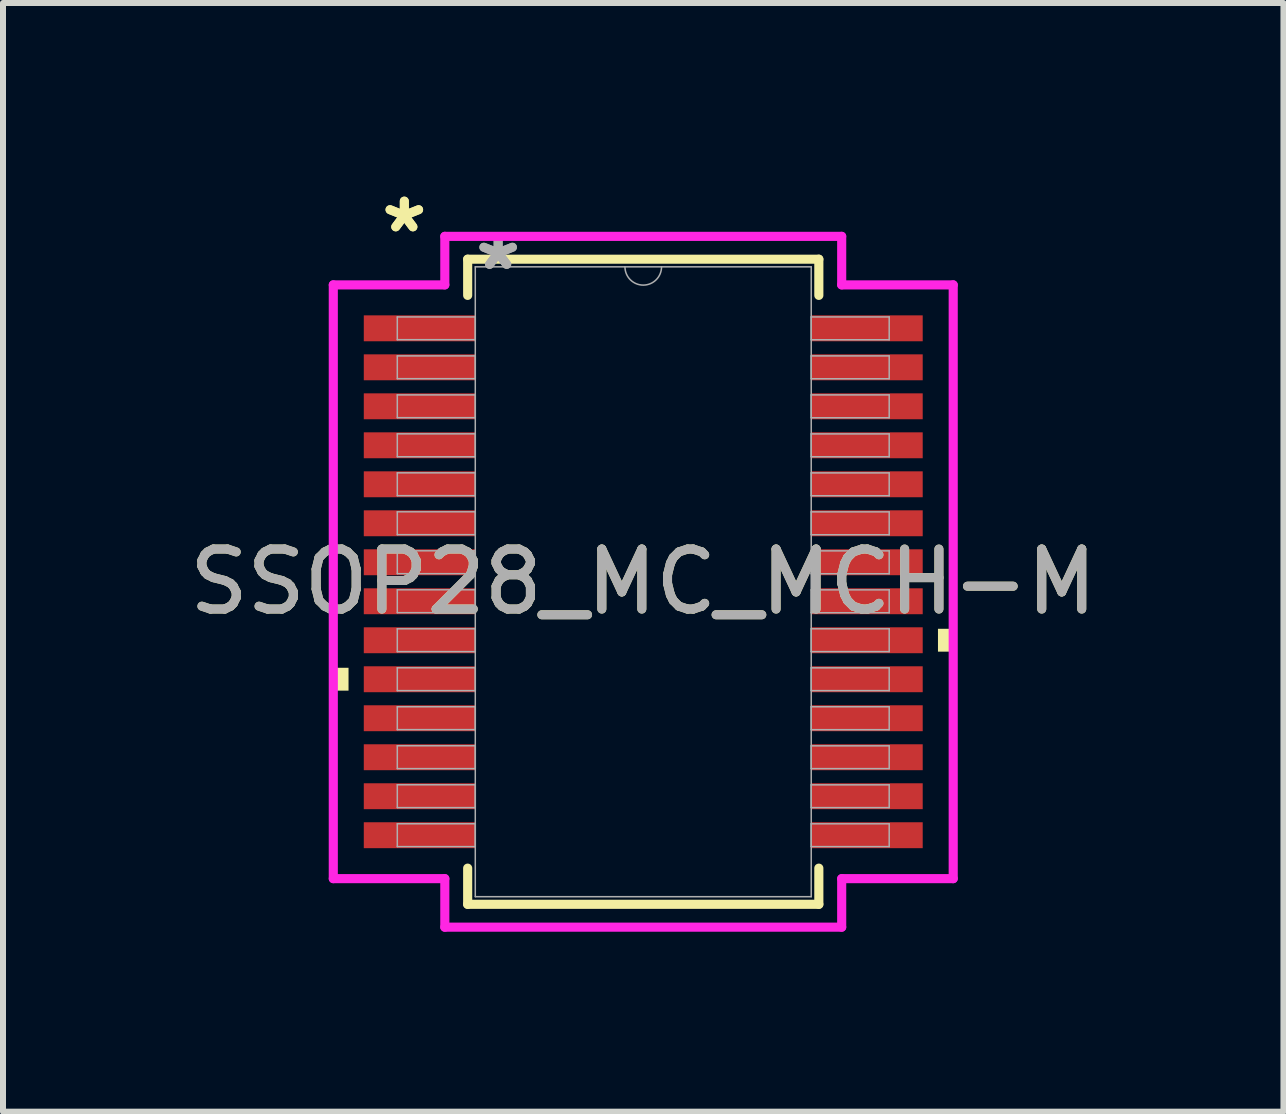
<source format=kicad_pcb>
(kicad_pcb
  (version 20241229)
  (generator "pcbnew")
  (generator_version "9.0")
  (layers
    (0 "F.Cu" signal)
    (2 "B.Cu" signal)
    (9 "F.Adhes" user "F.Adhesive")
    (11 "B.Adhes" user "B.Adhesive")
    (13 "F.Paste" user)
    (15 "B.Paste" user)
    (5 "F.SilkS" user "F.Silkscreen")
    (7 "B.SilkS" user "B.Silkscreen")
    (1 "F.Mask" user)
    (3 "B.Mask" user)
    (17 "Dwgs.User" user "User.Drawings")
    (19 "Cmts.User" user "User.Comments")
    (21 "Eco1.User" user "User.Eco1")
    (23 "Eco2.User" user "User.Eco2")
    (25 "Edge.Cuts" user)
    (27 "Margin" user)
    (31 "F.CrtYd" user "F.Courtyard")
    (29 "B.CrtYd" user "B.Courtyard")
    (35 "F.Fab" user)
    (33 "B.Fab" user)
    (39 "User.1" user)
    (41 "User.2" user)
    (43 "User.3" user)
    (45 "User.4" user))
  (footprint "SSOP28_MC_MCH-M"
    (layer "F.Cu")
    (at 7.673 6.648)
    (property "Reference" "SSOP28_MC_MCH-M" (at 0 0 0) (unlocked yes) (layer "F.SilkS") (effects (font (size 1 1) (thickness 0.15))))
    (attr smd)
    (fp_line (start -2.927 -5.377) (end -2.927 -4.774) (stroke (width 0.152) (type solid)) (layer "F.SilkS"))
    (fp_line (start -2.927 4.774) (end -2.927 5.377) (stroke (width 0.152) (type solid)) (layer "F.SilkS"))
    (fp_line (start -2.927 5.377) (end 2.927 5.377) (stroke (width 0.152) (type solid)) (layer "F.SilkS"))
    (fp_line (start 2.927 -5.377) (end -2.927 -5.377) (stroke (width 0.152) (type solid)) (layer "F.SilkS"))
    (fp_line (start 2.927 -4.774) (end 2.927 -5.377) (stroke (width 0.152) (type solid)) (layer "F.SilkS"))
    (fp_line (start 2.927 5.377) (end 2.927 4.774) (stroke (width 0.152) (type solid)) (layer "F.SilkS"))
    (fp_poly (pts (xy -5.167 1.434) (xy -5.167 1.815) (xy -4.913 1.815) (xy -4.913 1.434)) (stroke (width 0) (type solid)) (fill yes) (layer "F.SilkS"))
    (fp_poly (pts (xy 5.167 0.784) (xy 5.167 1.165) (xy 4.913 1.165) (xy 4.913 0.784)) (stroke (width 0) (type solid)) (fill yes) (layer "F.SilkS"))
    (fp_line (start -5.167 -4.949) (end -3.308 -4.949) (stroke (width 0.152) (type solid)) (layer "F.CrtYd"))
    (fp_line (start -5.167 4.949) (end -5.167 -4.949) (stroke (width 0.152) (type solid)) (layer "F.CrtYd"))
    (fp_line (start -5.167 4.949) (end -3.308 4.949) (stroke (width 0.152) (type solid)) (layer "F.CrtYd"))
    (fp_line (start -3.308 -5.758) (end 3.308 -5.758) (stroke (width 0.152) (type solid)) (layer "F.CrtYd"))
    (fp_line (start -3.308 -4.949) (end -3.308 -5.758) (stroke (width 0.152) (type solid)) (layer "F.CrtYd"))
    (fp_line (start -3.308 5.758) (end -3.308 4.949) (stroke (width 0.152) (type solid)) (layer "F.CrtYd"))
    (fp_line (start 3.308 -5.758) (end 3.308 -4.949) (stroke (width 0.152) (type solid)) (layer "F.CrtYd"))
    (fp_line (start 3.308 4.949) (end 3.308 5.758) (stroke (width 0.152) (type solid)) (layer "F.CrtYd"))
    (fp_line (start 3.308 5.758) (end -3.308 5.758) (stroke (width 0.152) (type solid)) (layer "F.CrtYd"))
    (fp_line (start 5.167 -4.949) (end 3.308 -4.949) (stroke (width 0.152) (type solid)) (layer "F.CrtYd"))
    (fp_line (start 5.167 -4.949) (end 5.167 4.949) (stroke (width 0.152) (type solid)) (layer "F.CrtYd"))
    (fp_line (start 5.167 4.949) (end 3.308 4.949) (stroke (width 0.152) (type solid)) (layer "F.CrtYd"))
    (fp_line (start -4.1 -4.415) (end -4.1 -4.035) (stroke (width 0.025) (type solid)) (layer "F.Fab"))
    (fp_line (start -4.1 -4.035) (end -2.8 -4.035) (stroke (width 0.025) (type solid)) (layer "F.Fab"))
    (fp_line (start -4.1 -3.765) (end -4.1 -3.385) (stroke (width 0.025) (type solid)) (layer "F.Fab"))
    (fp_line (start -4.1 -3.385) (end -2.8 -3.385) (stroke (width 0.025) (type solid)) (layer "F.Fab"))
    (fp_line (start -4.1 -3.115) (end -4.1 -2.735) (stroke (width 0.025) (type solid)) (layer "F.Fab"))
    (fp_line (start -4.1 -2.735) (end -2.8 -2.735) (stroke (width 0.025) (type solid)) (layer "F.Fab"))
    (fp_line (start -4.1 -2.466) (end -4.1 -2.084) (stroke (width 0.025) (type solid)) (layer "F.Fab"))
    (fp_line (start -4.1 -2.084) (end -2.8 -2.084) (stroke (width 0.025) (type solid)) (layer "F.Fab"))
    (fp_line (start -4.1 -1.816) (end -4.1 -1.435) (stroke (width 0.025) (type solid)) (layer "F.Fab"))
    (fp_line (start -4.1 -1.435) (end -2.8 -1.435) (stroke (width 0.025) (type solid)) (layer "F.Fab"))
    (fp_line (start -4.1 -1.166) (end -4.1 -0.785) (stroke (width 0.025) (type solid)) (layer "F.Fab"))
    (fp_line (start -4.1 -0.785) (end -2.8 -0.785) (stroke (width 0.025) (type solid)) (layer "F.Fab"))
    (fp_line (start -4.1 -0.516) (end -4.1 -0.135) (stroke (width 0.025) (type solid)) (layer "F.Fab"))
    (fp_line (start -4.1 -0.135) (end -2.8 -0.135) (stroke (width 0.025) (type solid)) (layer "F.Fab"))
    (fp_line (start -4.1 0.134) (end -4.1 0.515) (stroke (width 0.025) (type solid)) (layer "F.Fab"))
    (fp_line (start -4.1 0.515) (end -2.8 0.515) (stroke (width 0.025) (type solid)) (layer "F.Fab"))
    (fp_line (start -4.1 0.784) (end -4.1 1.165) (stroke (width 0.025) (type solid)) (layer "F.Fab"))
    (fp_line (start -4.1 1.165) (end -2.8 1.165) (stroke (width 0.025) (type solid)) (layer "F.Fab"))
    (fp_line (start -4.1 1.434) (end -4.1 1.815) (stroke (width 0.025) (type solid)) (layer "F.Fab"))
    (fp_line (start -4.1 1.815) (end -2.8 1.815) (stroke (width 0.025) (type solid)) (layer "F.Fab"))
    (fp_line (start -4.1 2.084) (end -4.1 2.465) (stroke (width 0.025) (type solid)) (layer "F.Fab"))
    (fp_line (start -4.1 2.465) (end -2.8 2.465) (stroke (width 0.025) (type solid)) (layer "F.Fab"))
    (fp_line (start -4.1 2.734) (end -4.1 3.115) (stroke (width 0.025) (type solid)) (layer "F.Fab"))
    (fp_line (start -4.1 3.115) (end -2.8 3.115) (stroke (width 0.025) (type solid)) (layer "F.Fab"))
    (fp_line (start -4.1 3.384) (end -4.1 3.765) (stroke (width 0.025) (type solid)) (layer "F.Fab"))
    (fp_line (start -4.1 3.765) (end -2.8 3.765) (stroke (width 0.025) (type solid)) (layer "F.Fab"))
    (fp_line (start -4.1 4.034) (end -4.1 4.415) (stroke (width 0.025) (type solid)) (layer "F.Fab"))
    (fp_line (start -4.1 4.415) (end -2.8 4.415) (stroke (width 0.025) (type solid)) (layer "F.Fab"))
    (fp_line (start -2.8 -5.25) (end -2.8 5.25) (stroke (width 0.025) (type solid)) (layer "F.Fab"))
    (fp_line (start -2.8 -4.415) (end -4.1 -4.415) (stroke (width 0.025) (type solid)) (layer "F.Fab"))
    (fp_line (start -2.8 -4.035) (end -2.8 -4.415) (stroke (width 0.025) (type solid)) (layer "F.Fab"))
    (fp_line (start -2.8 -3.765) (end -4.1 -3.765) (stroke (width 0.025) (type solid)) (layer "F.Fab"))
    (fp_line (start -2.8 -3.385) (end -2.8 -3.765) (stroke (width 0.025) (type solid)) (layer "F.Fab"))
    (fp_line (start -2.8 -3.115) (end -4.1 -3.115) (stroke (width 0.025) (type solid)) (layer "F.Fab"))
    (fp_line (start -2.8 -2.735) (end -2.8 -3.115) (stroke (width 0.025) (type solid)) (layer "F.Fab"))
    (fp_line (start -2.8 -2.466) (end -4.1 -2.466) (stroke (width 0.025) (type solid)) (layer "F.Fab"))
    (fp_line (start -2.8 -2.084) (end -2.8 -2.466) (stroke (width 0.025) (type solid)) (layer "F.Fab"))
    (fp_line (start -2.8 -1.816) (end -4.1 -1.816) (stroke (width 0.025) (type solid)) (layer "F.Fab"))
    (fp_line (start -2.8 -1.435) (end -2.8 -1.816) (stroke (width 0.025) (type solid)) (layer "F.Fab"))
    (fp_line (start -2.8 -1.166) (end -4.1 -1.166) (stroke (width 0.025) (type solid)) (layer "F.Fab"))
    (fp_line (start -2.8 -0.785) (end -2.8 -1.166) (stroke (width 0.025) (type solid)) (layer "F.Fab"))
    (fp_line (start -2.8 -0.516) (end -4.1 -0.516) (stroke (width 0.025) (type solid)) (layer "F.Fab"))
    (fp_line (start -2.8 -0.135) (end -2.8 -0.516) (stroke (width 0.025) (type solid)) (layer "F.Fab"))
    (fp_line (start -2.8 0.134) (end -4.1 0.134) (stroke (width 0.025) (type solid)) (layer "F.Fab"))
    (fp_line (start -2.8 0.515) (end -2.8 0.134) (stroke (width 0.025) (type solid)) (layer "F.Fab"))
    (fp_line (start -2.8 0.784) (end -4.1 0.784) (stroke (width 0.025) (type solid)) (layer "F.Fab"))
    (fp_line (start -2.8 1.165) (end -2.8 0.784) (stroke (width 0.025) (type solid)) (layer "F.Fab"))
    (fp_line (start -2.8 1.434) (end -4.1 1.434) (stroke (width 0.025) (type solid)) (layer "F.Fab"))
    (fp_line (start -2.8 1.815) (end -2.8 1.434) (stroke (width 0.025) (type solid)) (layer "F.Fab"))
    (fp_line (start -2.8 2.084) (end -4.1 2.084) (stroke (width 0.025) (type solid)) (layer "F.Fab"))
    (fp_line (start -2.8 2.465) (end -2.8 2.084) (stroke (width 0.025) (type solid)) (layer "F.Fab"))
    (fp_line (start -2.8 2.734) (end -4.1 2.734) (stroke (width 0.025) (type solid)) (layer "F.Fab"))
    (fp_line (start -2.8 3.115) (end -2.8 2.734) (stroke (width 0.025) (type solid)) (layer "F.Fab"))
    (fp_line (start -2.8 3.384) (end -4.1 3.384) (stroke (width 0.025) (type solid)) (layer "F.Fab"))
    (fp_line (start -2.8 3.765) (end -2.8 3.384) (stroke (width 0.025) (type solid)) (layer "F.Fab"))
    (fp_line (start -2.8 4.034) (end -4.1 4.034) (stroke (width 0.025) (type solid)) (layer "F.Fab"))
    (fp_line (start -2.8 4.415) (end -2.8 4.034) (stroke (width 0.025) (type solid)) (layer "F.Fab"))
    (fp_line (start -2.8 5.25) (end 2.8 5.25) (stroke (width 0.025) (type solid)) (layer "F.Fab"))
    (fp_line (start 2.8 -5.25) (end -2.8 -5.25) (stroke (width 0.025) (type solid)) (layer "F.Fab"))
    (fp_line (start 2.8 -4.415) (end 2.8 -4.034) (stroke (width 0.025) (type solid)) (layer "F.Fab"))
    (fp_line (start 2.8 -4.034) (end 4.1 -4.034) (stroke (width 0.025) (type solid)) (layer "F.Fab"))
    (fp_line (start 2.8 -3.765) (end 2.8 -3.384) (stroke (width 0.025) (type solid)) (layer "F.Fab"))
    (fp_line (start 2.8 -3.384) (end 4.1 -3.384) (stroke (width 0.025) (type solid)) (layer "F.Fab"))
    (fp_line (start 2.8 -3.115) (end 2.8 -2.734) (stroke (width 0.025) (type solid)) (layer "F.Fab"))
    (fp_line (start 2.8 -2.734) (end 4.1 -2.734) (stroke (width 0.025) (type solid)) (layer "F.Fab"))
    (fp_line (start 2.8 -2.465) (end 2.8 -2.084) (stroke (width 0.025) (type solid)) (layer "F.Fab"))
    (fp_line (start 2.8 -2.084) (end 4.1 -2.084) (stroke (width 0.025) (type solid)) (layer "F.Fab"))
    (fp_line (start 2.8 -1.815) (end 2.8 -1.434) (stroke (width 0.025) (type solid)) (layer "F.Fab"))
    (fp_line (start 2.8 -1.434) (end 4.1 -1.434) (stroke (width 0.025) (type solid)) (layer "F.Fab"))
    (fp_line (start 2.8 -1.165) (end 2.8 -0.784) (stroke (width 0.025) (type solid)) (layer "F.Fab"))
    (fp_line (start 2.8 -0.784) (end 4.1 -0.784) (stroke (width 0.025) (type solid)) (layer "F.Fab"))
    (fp_line (start 2.8 -0.515) (end 2.8 -0.134) (stroke (width 0.025) (type solid)) (layer "F.Fab"))
    (fp_line (start 2.8 -0.134) (end 4.1 -0.134) (stroke (width 0.025) (type solid)) (layer "F.Fab"))
    (fp_line (start 2.8 0.135) (end 2.8 0.516) (stroke (width 0.025) (type solid)) (layer "F.Fab"))
    (fp_line (start 2.8 0.516) (end 4.1 0.516) (stroke (width 0.025) (type solid)) (layer "F.Fab"))
    (fp_line (start 2.8 0.784) (end 2.8 1.165) (stroke (width 0.025) (type solid)) (layer "F.Fab"))
    (fp_line (start 2.8 1.165) (end 4.1 1.165) (stroke (width 0.025) (type solid)) (layer "F.Fab"))
    (fp_line (start 2.8 1.435) (end 2.8 1.815) (stroke (width 0.025) (type solid)) (layer "F.Fab"))
    (fp_line (start 2.8 1.815) (end 4.1 1.815) (stroke (width 0.025) (type solid)) (layer "F.Fab"))
    (fp_line (start 2.8 2.084) (end 2.8 2.466) (stroke (width 0.025) (type solid)) (layer "F.Fab"))
    (fp_line (start 2.8 2.466) (end 4.1 2.466) (stroke (width 0.025) (type solid)) (layer "F.Fab"))
    (fp_line (start 2.8 2.735) (end 2.8 3.115) (stroke (width 0.025) (type solid)) (layer "F.Fab"))
    (fp_line (start 2.8 3.115) (end 4.1 3.115) (stroke (width 0.025) (type solid)) (layer "F.Fab"))
    (fp_line (start 2.8 3.385) (end 2.8 3.765) (stroke (width 0.025) (type solid)) (layer "F.Fab"))
    (fp_line (start 2.8 3.765) (end 4.1 3.765) (stroke (width 0.025) (type solid)) (layer "F.Fab"))
    (fp_line (start 2.8 4.035) (end 2.8 4.415) (stroke (width 0.025) (type solid)) (layer "F.Fab"))
    (fp_line (start 2.8 4.415) (end 4.1 4.415) (stroke (width 0.025) (type solid)) (layer "F.Fab"))
    (fp_line (start 2.8 5.25) (end 2.8 -5.25) (stroke (width 0.025) (type solid)) (layer "F.Fab"))
    (fp_line (start 4.1 -4.415) (end 2.8 -4.415) (stroke (width 0.025) (type solid)) (layer "F.Fab"))
    (fp_line (start 4.1 -4.034) (end 4.1 -4.415) (stroke (width 0.025) (type solid)) (layer "F.Fab"))
    (fp_line (start 4.1 -3.765) (end 2.8 -3.765) (stroke (width 0.025) (type solid)) (layer "F.Fab"))
    (fp_line (start 4.1 -3.384) (end 4.1 -3.765) (stroke (width 0.025) (type solid)) (layer "F.Fab"))
    (fp_line (start 4.1 -3.115) (end 2.8 -3.115) (stroke (width 0.025) (type solid)) (layer "F.Fab"))
    (fp_line (start 4.1 -2.734) (end 4.1 -3.115) (stroke (width 0.025) (type solid)) (layer "F.Fab"))
    (fp_line (start 4.1 -2.465) (end 2.8 -2.465) (stroke (width 0.025) (type solid)) (layer "F.Fab"))
    (fp_line (start 4.1 -2.084) (end 4.1 -2.465) (stroke (width 0.025) (type solid)) (layer "F.Fab"))
    (fp_line (start 4.1 -1.815) (end 2.8 -1.815) (stroke (width 0.025) (type solid)) (layer "F.Fab"))
    (fp_line (start 4.1 -1.434) (end 4.1 -1.815) (stroke (width 0.025) (type solid)) (layer "F.Fab"))
    (fp_line (start 4.1 -1.165) (end 2.8 -1.165) (stroke (width 0.025) (type solid)) (layer "F.Fab"))
    (fp_line (start 4.1 -0.784) (end 4.1 -1.165) (stroke (width 0.025) (type solid)) (layer "F.Fab"))
    (fp_line (start 4.1 -0.515) (end 2.8 -0.515) (stroke (width 0.025) (type solid)) (layer "F.Fab"))
    (fp_line (start 4.1 -0.134) (end 4.1 -0.515) (stroke (width 0.025) (type solid)) (layer "F.Fab"))
    (fp_line (start 4.1 0.135) (end 2.8 0.135) (stroke (width 0.025) (type solid)) (layer "F.Fab"))
    (fp_line (start 4.1 0.516) (end 4.1 0.135) (stroke (width 0.025) (type solid)) (layer "F.Fab"))
    (fp_line (start 4.1 0.784) (end 2.8 0.784) (stroke (width 0.025) (type solid)) (layer "F.Fab"))
    (fp_line (start 4.1 1.165) (end 4.1 0.784) (stroke (width 0.025) (type solid)) (layer "F.Fab"))
    (fp_line (start 4.1 1.435) (end 2.8 1.435) (stroke (width 0.025) (type solid)) (layer "F.Fab"))
    (fp_line (start 4.1 1.815) (end 4.1 1.435) (stroke (width 0.025) (type solid)) (layer "F.Fab"))
    (fp_line (start 4.1 2.084) (end 2.8 2.084) (stroke (width 0.025) (type solid)) (layer "F.Fab"))
    (fp_line (start 4.1 2.466) (end 4.1 2.084) (stroke (width 0.025) (type solid)) (layer "F.Fab"))
    (fp_line (start 4.1 2.735) (end 2.8 2.735) (stroke (width 0.025) (type solid)) (layer "F.Fab"))
    (fp_line (start 4.1 3.115) (end 4.1 2.735) (stroke (width 0.025) (type solid)) (layer "F.Fab"))
    (fp_line (start 4.1 3.385) (end 2.8 3.385) (stroke (width 0.025) (type solid)) (layer "F.Fab"))
    (fp_line (start 4.1 3.765) (end 4.1 3.385) (stroke (width 0.025) (type solid)) (layer "F.Fab"))
    (fp_line (start 4.1 4.035) (end 2.8 4.035) (stroke (width 0.025) (type solid)) (layer "F.Fab"))
    (fp_line (start 4.1 4.415) (end 4.1 4.035) (stroke (width 0.025) (type solid)) (layer "F.Fab"))
    (fp_arc (start 0.3048 -5.25) (mid 0 -4.9452) (end -0.3048 -5.25) (stroke (width 0.0254) (type solid)) (layer "F.Fab"))
    (fp_text user "*" (at -3.983 -5.8 0) (unlocked yes) (layer "F.SilkS") (effects (font (size 1 1) (thickness 0.15))))
    (fp_text user "*" (at -3.983 -5.8 0) (layer "F.SilkS") (effects (font (size 1 1) (thickness 0.15))))
    (fp_text user "*" (at -2.419 -5.174 0) (unlocked yes) (layer "F.Fab") (effects (font (size 1 1) (thickness 0.15))))
    (fp_text user "${REFERENCE}" (at 0 0 0) (unlocked yes) (layer "F.Fab") (effects (font (size 1 1) (thickness 0.15))))
    (fp_text user "*" (at -2.419 -5.174 0) (layer "F.Fab") (effects (font (size 1 1) (thickness 0.15))))
    (pad "1" smd rect (at -3.729 -4.225) (size 1.859 0.432) (layers "F.Cu" "F.Mask" "F.Paste"))
    (pad "2" smd rect (at -3.729 -3.575) (size 1.859 0.432) (layers "F.Cu" "F.Mask" "F.Paste"))
    (pad "3" smd rect (at -3.729 -2.925) (size 1.859 0.432) (layers "F.Cu" "F.Mask" "F.Paste"))
    (pad "4" smd rect (at -3.729 -2.275) (size 1.859 0.432) (layers "F.Cu" "F.Mask" "F.Paste"))
    (pad "5" smd rect (at -3.729 -1.625) (size 1.859 0.432) (layers "F.Cu" "F.Mask" "F.Paste"))
    (pad "6" smd rect (at -3.729 -0.975) (size 1.859 0.432) (layers "F.Cu" "F.Mask" "F.Paste"))
    (pad "7" smd rect (at -3.729 -0.325) (size 1.859 0.432) (layers "F.Cu" "F.Mask" "F.Paste"))
    (pad "8" smd rect (at -3.729 0.325) (size 1.859 0.432) (layers "F.Cu" "F.Mask" "F.Paste"))
    (pad "9" smd rect (at -3.729 0.975) (size 1.859 0.432) (layers "F.Cu" "F.Mask" "F.Paste"))
    (pad "10" smd rect (at -3.729 1.625) (size 1.859 0.432) (layers "F.Cu" "F.Mask" "F.Paste"))
    (pad "11" smd rect (at -3.729 2.275) (size 1.859 0.432) (layers "F.Cu" "F.Mask" "F.Paste"))
    (pad "12" smd rect (at -3.729 2.925) (size 1.859 0.432) (layers "F.Cu" "F.Mask" "F.Paste"))
    (pad "13" smd rect (at -3.729 3.575) (size 1.859 0.432) (layers "F.Cu" "F.Mask" "F.Paste"))
    (pad "14" smd rect (at -3.729 4.225) (size 1.859 0.432) (layers "F.Cu" "F.Mask" "F.Paste"))
    (pad "15" smd rect (at 3.729 4.225) (size 1.859 0.432) (layers "F.Cu" "F.Mask" "F.Paste"))
    (pad "16" smd rect (at 3.729 3.575) (size 1.859 0.432) (layers "F.Cu" "F.Mask" "F.Paste"))
    (pad "17" smd rect (at 3.729 2.925) (size 1.859 0.432) (layers "F.Cu" "F.Mask" "F.Paste"))
    (pad "18" smd rect (at 3.729 2.275) (size 1.859 0.432) (layers "F.Cu" "F.Mask" "F.Paste"))
    (pad "19" smd rect (at 3.729 1.625) (size 1.859 0.432) (layers "F.Cu" "F.Mask" "F.Paste"))
    (pad "20" smd rect (at 3.729 0.975) (size 1.859 0.432) (layers "F.Cu" "F.Mask" "F.Paste"))
    (pad "21" smd rect (at 3.729 0.325) (size 1.859 0.432) (layers "F.Cu" "F.Mask" "F.Paste"))
    (pad "22" smd rect (at 3.729 -0.325) (size 1.859 0.432) (layers "F.Cu" "F.Mask" "F.Paste"))
    (pad "23" smd rect (at 3.729 -0.975) (size 1.859 0.432) (layers "F.Cu" "F.Mask" "F.Paste"))
    (pad "24" smd rect (at 3.729 -1.625) (size 1.859 0.432) (layers "F.Cu" "F.Mask" "F.Paste"))
    (pad "25" smd rect (at 3.729 -2.275) (size 1.859 0.432) (layers "F.Cu" "F.Mask" "F.Paste"))
    (pad "26" smd rect (at 3.729 -2.925) (size 1.859 0.432) (layers "F.Cu" "F.Mask" "F.Paste"))
    (pad "27" smd rect (at 3.729 -3.575) (size 1.859 0.432) (layers "F.Cu" "F.Mask" "F.Paste"))
    (pad "28" smd rect (at 3.729 -4.225) (size 1.859 0.432) (layers "F.Cu" "F.Mask" "F.Paste")))
  (gr_rect
    (start -3 -3)
    (end 18.345 15.482)
    (stroke (width 0.1) (type default))
    (fill no)
    (layer "Edge.Cuts")))
</source>
